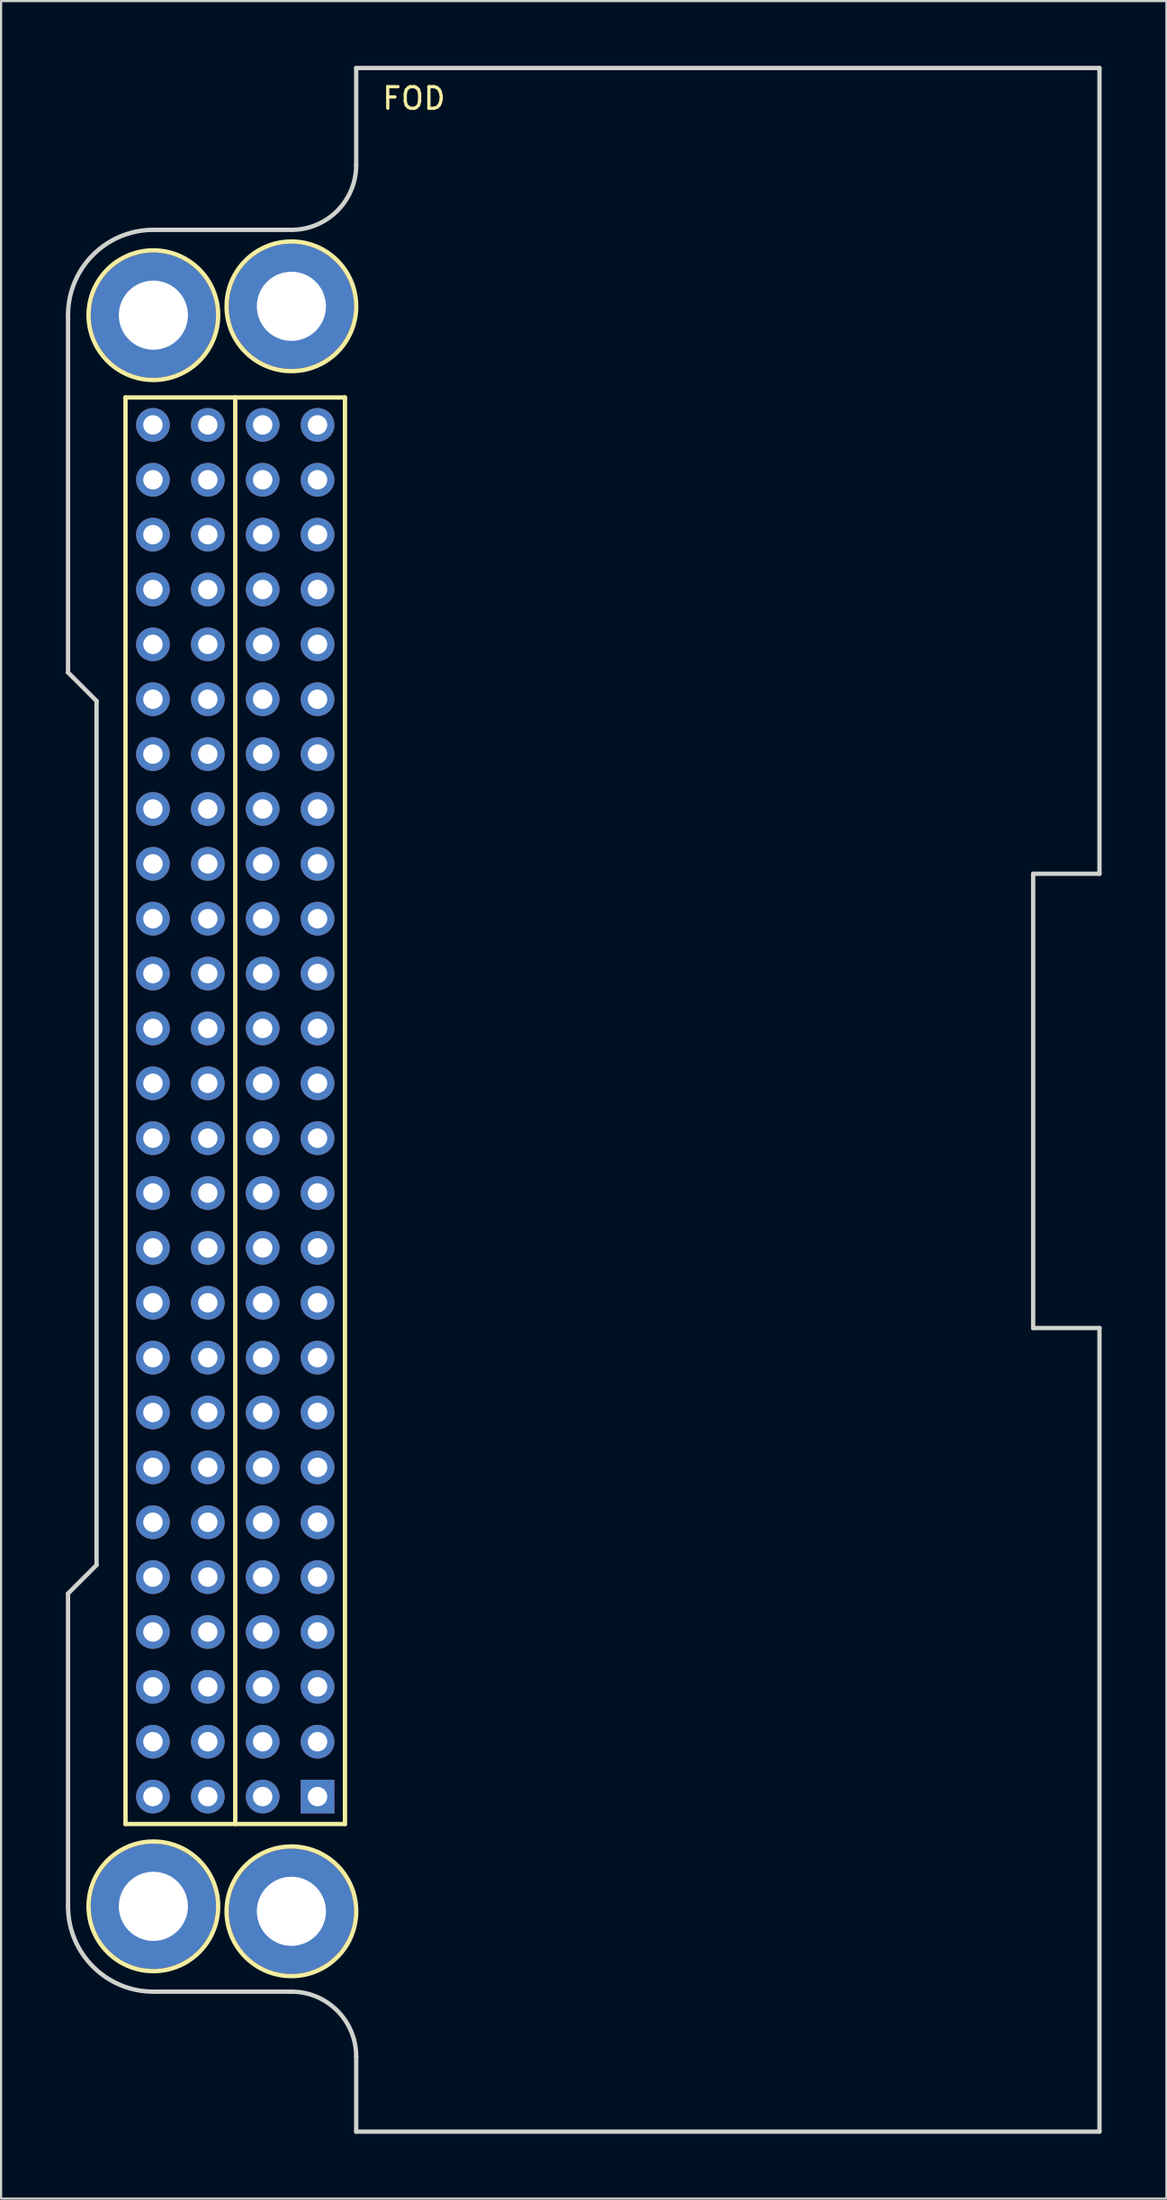
<source format=kicad_pcb>
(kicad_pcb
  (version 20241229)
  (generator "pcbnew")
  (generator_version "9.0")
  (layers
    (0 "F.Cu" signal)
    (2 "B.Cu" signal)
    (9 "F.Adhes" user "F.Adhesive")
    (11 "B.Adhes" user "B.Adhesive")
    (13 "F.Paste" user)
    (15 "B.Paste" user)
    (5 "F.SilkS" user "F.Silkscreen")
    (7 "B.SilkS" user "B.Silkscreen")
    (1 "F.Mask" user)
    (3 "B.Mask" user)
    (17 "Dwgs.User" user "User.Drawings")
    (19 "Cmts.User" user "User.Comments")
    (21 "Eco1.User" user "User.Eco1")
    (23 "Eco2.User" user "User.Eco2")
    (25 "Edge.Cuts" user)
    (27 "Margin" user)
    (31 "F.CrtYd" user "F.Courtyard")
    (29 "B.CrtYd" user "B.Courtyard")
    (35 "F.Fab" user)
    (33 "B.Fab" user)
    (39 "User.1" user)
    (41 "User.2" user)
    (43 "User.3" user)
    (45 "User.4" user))
  (footprint "FOD"
    (layer "F.Cu")
    (at 4.05 85.2)
    (property "Reference" "FOD" (at 12.065 -83.693 0) (layer "F.SilkS") (effects (font (size 1 1) (thickness 0.15))))
    (attr through_hole)
    (fp_line (start -1.29 -69.85) (end 8.87 -69.85) (stroke (width 0.2) (type solid)) (layer "F.SilkS"))
    (fp_line (start -1.29 -3.81) (end -1.29 -69.85) (stroke (width 0.2) (type solid)) (layer "F.SilkS"))
    (fp_line (start 3.79 -69.85) (end 3.79 -3.81) (stroke (width 0.2) (type solid)) (layer "F.SilkS"))
    (fp_line (start 8.87 -69.85) (end 8.87 -3.81) (stroke (width 0.2) (type solid)) (layer "F.SilkS"))
    (fp_line (start 8.87 -3.81) (end -1.29 -3.81) (stroke (width 0.2) (type solid)) (layer "F.SilkS"))
    (fp_circle (center 0 -73.66) (end 3 -73.66) (stroke (width 0.2) (type solid)) (fill no) (layer "F.SilkS"))
    (fp_circle (center 0 0) (end 3 0) (stroke (width 0.2) (type solid)) (fill no) (layer "F.SilkS"))
    (fp_circle (center 6.39 -74.07) (end 9.39 -74.07) (stroke (width 0.2) (type solid)) (fill no) (layer "F.SilkS"))
    (fp_circle (center 6.39 0.23) (end 9.39 0.23) (stroke (width 0.2) (type solid)) (fill no) (layer "F.SilkS"))
    (fp_line (start -3.95 -73.66) (end -3.95 -57.12) (stroke (width 0.2) (type solid)) (layer "Edge.Cuts"))
    (fp_line (start -3.95 -14.48) (end -3.95 0) (stroke (width 0.2) (type solid)) (layer "Edge.Cuts"))
    (fp_line (start -3.95 -14.48) (end -2.63 -15.8) (stroke (width 0.2) (type solid)) (layer "Edge.Cuts"))
    (fp_line (start -2.63 -55.8) (end -3.95 -57.12) (stroke (width 0.2) (type solid)) (layer "Edge.Cuts"))
    (fp_line (start -2.63 -15.8) (end -2.63 -55.8) (stroke (width 0.2) (type solid)) (layer "Edge.Cuts"))
    (fp_line (start 0 3.95) (end 6.39 3.95) (stroke (width 0.2) (type solid)) (layer "Edge.Cuts"))
    (fp_line (start 6.39 -77.61) (end 0 -77.61) (stroke (width 0.2) (type solid)) (layer "Edge.Cuts"))
    (fp_line (start 9.39 -85.1) (end 9.39 -80.61) (stroke (width 0.2) (type solid)) (layer "Edge.Cuts"))
    (fp_line (start 9.39 6.95) (end 9.39 10.43) (stroke (width 0.2) (type solid)) (layer "Edge.Cuts"))
    (fp_line (start 9.39 10.43) (end 43.8 10.43) (stroke (width 0.2) (type solid)) (layer "Edge.Cuts"))
    (fp_line (start 40.73 -47.8) (end 43.8 -47.8) (stroke (width 0.2) (type solid)) (layer "Edge.Cuts"))
    (fp_line (start 40.73 -26.77) (end 40.73 -47.8) (stroke (width 0.2) (type solid)) (layer "Edge.Cuts"))
    (fp_line (start 43.8 -85.1) (end 9.39 -85.1) (stroke (width 0.2) (type solid)) (layer "Edge.Cuts"))
    (fp_line (start 43.8 -47.8) (end 43.8 -85.1) (stroke (width 0.2) (type solid)) (layer "Edge.Cuts"))
    (fp_line (start 43.8 -26.77) (end 40.73 -26.77) (stroke (width 0.2) (type solid)) (layer "Edge.Cuts"))
    (fp_line (start 43.8 -26.77) (end 43.8 10.43) (stroke (width 0.2) (type solid)) (layer "Edge.Cuts"))
    (fp_arc (start -3.95 -73.66) (mid -2.793072 -76.453072) (end 0 -77.61) (stroke (width 0.2) (type solid)) (layer "Edge.Cuts"))
    (fp_arc (start 0 3.95) (mid -2.793072 2.793072) (end -3.95 0) (stroke (width 0.2) (type solid)) (layer "Edge.Cuts"))
    (fp_arc (start 6.39 3.95) (mid 8.51132 4.82868) (end 9.39 6.95) (stroke (width 0.2) (type solid)) (layer "Edge.Cuts"))
    (fp_arc (start 9.39 -80.61) (mid 8.51132 -78.48868) (end 6.39 -77.61) (stroke (width 0.2) (type solid)) (layer "Edge.Cuts"))
    (pad "" thru_hole circle (at 0 -73.66) (size 5.8 5.8) (drill 3.2) (layers "*.Cu" "*.Mask"))
    (pad "" thru_hole circle (at 0 0) (size 5.8 5.8) (drill 3.2) (layers "*.Cu" "*.Mask"))
    (pad "" thru_hole circle (at 6.39 -74.07) (size 5.8 5.8) (drill 3.2) (layers "*.Cu" "*.Mask"))
    (pad "" thru_hole circle (at 6.39 0.23) (size 5.8 5.8) (drill 3.2) (layers "*.Cu" "*.Mask"))
    (pad "1" thru_hole rect (at 7.6 -5.08) (size 1.56 1.56) (drill 0.9) (layers "*.Cu" "*.Mask"))
    (pad "2" thru_hole circle (at 5.06 -5.08) (size 1.56 1.56) (drill 0.9) (layers "*.Cu" "*.Mask"))
    (pad "3" thru_hole circle (at 7.6 -7.62) (size 1.56 1.56) (drill 0.9) (layers "*.Cu" "*.Mask"))
    (pad "4" thru_hole circle (at 5.06 -7.62) (size 1.56 1.56) (drill 0.9) (layers "*.Cu" "*.Mask"))
    (pad "5" thru_hole circle (at 7.6 -10.16) (size 1.56 1.56) (drill 0.9) (layers "*.Cu" "*.Mask"))
    (pad "6" thru_hole circle (at 5.06 -10.16) (size 1.56 1.56) (drill 0.9) (layers "*.Cu" "*.Mask"))
    (pad "7" thru_hole circle (at 7.6 -12.7) (size 1.56 1.56) (drill 0.9) (layers "*.Cu" "*.Mask"))
    (pad "8" thru_hole circle (at 5.06 -12.7) (size 1.56 1.56) (drill 0.9) (layers "*.Cu" "*.Mask"))
    (pad "9" thru_hole circle (at 7.6 -15.24) (size 1.56 1.56) (drill 0.9) (layers "*.Cu" "*.Mask"))
    (pad "10" thru_hole circle (at 5.06 -15.24) (size 1.56 1.56) (drill 0.9) (layers "*.Cu" "*.Mask"))
    (pad "11" thru_hole circle (at 7.6 -17.78) (size 1.56 1.56) (drill 0.9) (layers "*.Cu" "*.Mask"))
    (pad "12" thru_hole circle (at 5.06 -17.78) (size 1.56 1.56) (drill 0.9) (layers "*.Cu" "*.Mask"))
    (pad "13" thru_hole circle (at 7.6 -20.32) (size 1.56 1.56) (drill 0.9) (layers "*.Cu" "*.Mask"))
    (pad "14" thru_hole circle (at 5.06 -20.32) (size 1.56 1.56) (drill 0.9) (layers "*.Cu" "*.Mask"))
    (pad "15" thru_hole circle (at 7.6 -22.86) (size 1.56 1.56) (drill 0.9) (layers "*.Cu" "*.Mask"))
    (pad "16" thru_hole circle (at 5.06 -22.86) (size 1.56 1.56) (drill 0.9) (layers "*.Cu" "*.Mask"))
    (pad "17" thru_hole circle (at 7.6 -25.4) (size 1.56 1.56) (drill 0.9) (layers "*.Cu" "*.Mask"))
    (pad "18" thru_hole circle (at 5.06 -25.4) (size 1.56 1.56) (drill 0.9) (layers "*.Cu" "*.Mask"))
    (pad "19" thru_hole circle (at 7.6 -27.94) (size 1.56 1.56) (drill 0.9) (layers "*.Cu" "*.Mask"))
    (pad "20" thru_hole circle (at 5.06 -27.94) (size 1.56 1.56) (drill 0.9) (layers "*.Cu" "*.Mask"))
    (pad "21" thru_hole circle (at 7.6 -30.48) (size 1.56 1.56) (drill 0.9) (layers "*.Cu" "*.Mask"))
    (pad "22" thru_hole circle (at 5.06 -30.48) (size 1.56 1.56) (drill 0.9) (layers "*.Cu" "*.Mask"))
    (pad "23" thru_hole circle (at 7.6 -33.02) (size 1.56 1.56) (drill 0.9) (layers "*.Cu" "*.Mask"))
    (pad "24" thru_hole circle (at 5.06 -33.02) (size 1.56 1.56) (drill 0.9) (layers "*.Cu" "*.Mask"))
    (pad "25" thru_hole circle (at 7.6 -35.56) (size 1.56 1.56) (drill 0.9) (layers "*.Cu" "*.Mask"))
    (pad "26" thru_hole circle (at 5.06 -35.56) (size 1.56 1.56) (drill 0.9) (layers "*.Cu" "*.Mask"))
    (pad "27" thru_hole circle (at 7.6 -38.1) (size 1.56 1.56) (drill 0.9) (layers "*.Cu" "*.Mask"))
    (pad "28" thru_hole circle (at 5.06 -38.1) (size 1.56 1.56) (drill 0.9) (layers "*.Cu" "*.Mask"))
    (pad "29" thru_hole circle (at 7.6 -40.64) (size 1.56 1.56) (drill 0.9) (layers "*.Cu" "*.Mask"))
    (pad "30" thru_hole circle (at 5.06 -40.64) (size 1.56 1.56) (drill 0.9) (layers "*.Cu" "*.Mask"))
    (pad "31" thru_hole circle (at 7.6 -43.18) (size 1.56 1.56) (drill 0.9) (layers "*.Cu" "*.Mask"))
    (pad "32" thru_hole circle (at 5.06 -43.18) (size 1.56 1.56) (drill 0.9) (layers "*.Cu" "*.Mask"))
    (pad "33" thru_hole circle (at 7.6 -45.72) (size 1.56 1.56) (drill 0.9) (layers "*.Cu" "*.Mask"))
    (pad "34" thru_hole circle (at 5.06 -45.72) (size 1.56 1.56) (drill 0.9) (layers "*.Cu" "*.Mask"))
    (pad "35" thru_hole circle (at 7.6 -48.26) (size 1.56 1.56) (drill 0.9) (layers "*.Cu" "*.Mask"))
    (pad "36" thru_hole circle (at 5.06 -48.26) (size 1.56 1.56) (drill 0.9) (layers "*.Cu" "*.Mask"))
    (pad "37" thru_hole circle (at 7.6 -50.8) (size 1.56 1.56) (drill 0.9) (layers "*.Cu" "*.Mask"))
    (pad "38" thru_hole circle (at 5.06 -50.8) (size 1.56 1.56) (drill 0.9) (layers "*.Cu" "*.Mask"))
    (pad "39" thru_hole circle (at 7.6 -53.34) (size 1.56 1.56) (drill 0.9) (layers "*.Cu" "*.Mask"))
    (pad "40" thru_hole circle (at 5.06 -53.34) (size 1.56 1.56) (drill 0.9) (layers "*.Cu" "*.Mask"))
    (pad "41" thru_hole circle (at 7.6 -55.88) (size 1.56 1.56) (drill 0.9) (layers "*.Cu" "*.Mask"))
    (pad "42" thru_hole circle (at 5.06 -55.88) (size 1.56 1.56) (drill 0.9) (layers "*.Cu" "*.Mask"))
    (pad "43" thru_hole circle (at 7.6 -58.42) (size 1.56 1.56) (drill 0.9) (layers "*.Cu" "*.Mask"))
    (pad "44" thru_hole circle (at 5.06 -58.42) (size 1.56 1.56) (drill 0.9) (layers "*.Cu" "*.Mask"))
    (pad "45" thru_hole circle (at 7.6 -60.96) (size 1.56 1.56) (drill 0.9) (layers "*.Cu" "*.Mask"))
    (pad "46" thru_hole circle (at 5.06 -60.96) (size 1.56 1.56) (drill 0.9) (layers "*.Cu" "*.Mask"))
    (pad "47" thru_hole circle (at 7.6 -63.5) (size 1.56 1.56) (drill 0.9) (layers "*.Cu" "*.Mask"))
    (pad "48" thru_hole circle (at 5.06 -63.5) (size 1.56 1.56) (drill 0.9) (layers "*.Cu" "*.Mask"))
    (pad "49" thru_hole circle (at 7.6 -66.04) (size 1.56 1.56) (drill 0.9) (layers "*.Cu" "*.Mask"))
    (pad "50" thru_hole circle (at 5.06 -66.04) (size 1.56 1.56) (drill 0.9) (layers "*.Cu" "*.Mask"))
    (pad "51" thru_hole circle (at 7.6 -68.58) (size 1.56 1.56) (drill 0.9) (layers "*.Cu" "*.Mask"))
    (pad "52" thru_hole circle (at 5.06 -68.58) (size 1.56 1.56) (drill 0.9) (layers "*.Cu" "*.Mask"))
    (pad "53" thru_hole circle (at 2.52 -5.08) (size 1.56 1.56) (drill 0.9) (layers "*.Cu" "*.Mask"))
    (pad "54" thru_hole circle (at -0.02 -5.08) (size 1.56 1.56) (drill 0.9) (layers "*.Cu" "*.Mask"))
    (pad "55" thru_hole circle (at 2.52 -7.62) (size 1.56 1.56) (drill 0.9) (layers "*.Cu" "*.Mask"))
    (pad "56" thru_hole circle (at -0.02 -7.62) (size 1.56 1.56) (drill 0.9) (layers "*.Cu" "*.Mask"))
    (pad "57" thru_hole circle (at 2.52 -10.16 90) (size 1.56 1.56) (drill 0.9) (layers "*.Cu" "*.Mask"))
    (pad "58" thru_hole circle (at -0.02 -10.16) (size 1.56 1.56) (drill 0.9) (layers "*.Cu" "*.Mask"))
    (pad "59" thru_hole circle (at 2.52 -12.7) (size 1.56 1.56) (drill 0.9) (layers "*.Cu" "*.Mask"))
    (pad "60" thru_hole circle (at -0.02 -12.7) (size 1.56 1.56) (drill 0.9) (layers "*.Cu" "*.Mask"))
    (pad "61" thru_hole circle (at 2.52 -15.24) (size 1.56 1.56) (drill 0.9) (layers "*.Cu" "*.Mask"))
    (pad "62" thru_hole circle (at -0.02 -15.24) (size 1.56 1.56) (drill 0.9) (layers "*.Cu" "*.Mask"))
    (pad "63" thru_hole circle (at 2.52 -17.78) (size 1.56 1.56) (drill 0.9) (layers "*.Cu" "*.Mask"))
    (pad "64" thru_hole circle (at -0.02 -17.78) (size 1.56 1.56) (drill 0.9) (layers "*.Cu" "*.Mask"))
    (pad "65" thru_hole circle (at 2.52 -20.32) (size 1.56 1.56) (drill 0.9) (layers "*.Cu" "*.Mask"))
    (pad "66" thru_hole circle (at -0.02 -20.32) (size 1.56 1.56) (drill 0.9) (layers "*.Cu" "*.Mask"))
    (pad "67" thru_hole circle (at 2.52 -22.86) (size 1.56 1.56) (drill 0.9) (layers "*.Cu" "*.Mask"))
    (pad "68" thru_hole circle (at -0.02 -22.86) (size 1.56 1.56) (drill 0.9) (layers "*.Cu" "*.Mask"))
    (pad "69" thru_hole circle (at 2.52 -25.4) (size 1.56 1.56) (drill 0.9) (layers "*.Cu" "*.Mask"))
    (pad "70" thru_hole circle (at -0.02 -25.4) (size 1.56 1.56) (drill 0.9) (layers "*.Cu" "*.Mask"))
    (pad "71" thru_hole circle (at 2.52 -27.94) (size 1.56 1.56) (drill 0.9) (layers "*.Cu" "*.Mask"))
    (pad "72" thru_hole circle (at -0.02 -27.94) (size 1.56 1.56) (drill 0.9) (layers "*.Cu" "*.Mask"))
    (pad "73" thru_hole circle (at 2.52 -30.48) (size 1.56 1.56) (drill 0.9) (layers "*.Cu" "*.Mask"))
    (pad "74" thru_hole circle (at -0.02 -30.48) (size 1.56 1.56) (drill 0.9) (layers "*.Cu" "*.Mask"))
    (pad "75" thru_hole circle (at 2.52 -33.02) (size 1.56 1.56) (drill 0.9) (layers "*.Cu" "*.Mask"))
    (pad "76" thru_hole circle (at -0.02 -33.02) (size 1.56 1.56) (drill 0.9) (layers "*.Cu" "*.Mask"))
    (pad "77" thru_hole circle (at 2.52 -35.56) (size 1.56 1.56) (drill 0.9) (layers "*.Cu" "*.Mask"))
    (pad "78" thru_hole circle (at -0.02 -35.56) (size 1.56 1.56) (drill 0.9) (layers "*.Cu" "*.Mask"))
    (pad "79" thru_hole circle (at 2.52 -38.1) (size 1.56 1.56) (drill 0.9) (layers "*.Cu" "*.Mask"))
    (pad "80" thru_hole circle (at -0.02 -38.1) (size 1.56 1.56) (drill 0.9) (layers "*.Cu" "*.Mask"))
    (pad "81" thru_hole circle (at 2.52 -40.64) (size 1.56 1.56) (drill 0.9) (layers "*.Cu" "*.Mask"))
    (pad "82" thru_hole circle (at -0.02 -40.64) (size 1.56 1.56) (drill 0.9) (layers "*.Cu" "*.Mask"))
    (pad "83" thru_hole circle (at 2.52 -43.18) (size 1.56 1.56) (drill 0.9) (layers "*.Cu" "*.Mask"))
    (pad "84" thru_hole circle (at -0.02 -43.18) (size 1.56 1.56) (drill 0.9) (layers "*.Cu" "*.Mask"))
    (pad "85" thru_hole circle (at 2.52 -45.72) (size 1.56 1.56) (drill 0.9) (layers "*.Cu" "*.Mask"))
    (pad "86" thru_hole circle (at -0.02 -45.72) (size 1.56 1.56) (drill 0.9) (layers "*.Cu" "*.Mask"))
    (pad "87" thru_hole circle (at 2.52 -48.26) (size 1.56 1.56) (drill 0.9) (layers "*.Cu" "*.Mask"))
    (pad "88" thru_hole circle (at -0.02 -48.26) (size 1.56 1.56) (drill 0.9) (layers "*.Cu" "*.Mask"))
    (pad "89" thru_hole circle (at 2.52 -50.8) (size 1.56 1.56) (drill 0.9) (layers "*.Cu" "*.Mask"))
    (pad "90" thru_hole circle (at -0.02 -50.8) (size 1.56 1.56) (drill 0.9) (layers "*.Cu" "*.Mask"))
    (pad "91" thru_hole circle (at 2.52 -53.34) (size 1.56 1.56) (drill 0.9) (layers "*.Cu" "*.Mask"))
    (pad "92" thru_hole circle (at -0.02 -53.34) (size 1.56 1.56) (drill 0.9) (layers "*.Cu" "*.Mask"))
    (pad "93" thru_hole circle (at 2.52 -55.88) (size 1.56 1.56) (drill 0.9) (layers "*.Cu" "*.Mask"))
    (pad "94" thru_hole circle (at -0.02 -55.88) (size 1.56 1.56) (drill 0.9) (layers "*.Cu" "*.Mask"))
    (pad "95" thru_hole circle (at 2.52 -58.42) (size 1.56 1.56) (drill 0.9) (layers "*.Cu" "*.Mask"))
    (pad "96" thru_hole circle (at -0.02 -58.42) (size 1.56 1.56) (drill 0.9) (layers "*.Cu" "*.Mask"))
    (pad "97" thru_hole circle (at 2.52 -60.96) (size 1.56 1.56) (drill 0.9) (layers "*.Cu" "*.Mask"))
    (pad "98" thru_hole circle (at -0.02 -60.96) (size 1.56 1.56) (drill 0.9) (layers "*.Cu" "*.Mask"))
    (pad "99" thru_hole circle (at 2.52 -63.5) (size 1.56 1.56) (drill 0.9) (layers "*.Cu" "*.Mask"))
    (pad "100" thru_hole circle (at -0.02 -63.5) (size 1.56 1.56) (drill 0.9) (layers "*.Cu" "*.Mask"))
    (pad "101" thru_hole circle (at 2.52 -66.04) (size 1.56 1.56) (drill 0.9) (layers "*.Cu" "*.Mask"))
    (pad "102" thru_hole circle (at -0.02 -66.04) (size 1.56 1.56) (drill 0.9) (layers "*.Cu" "*.Mask"))
    (pad "103" thru_hole circle (at 2.52 -68.58) (size 1.56 1.56) (drill 0.9) (layers "*.Cu" "*.Mask"))
    (pad "104" thru_hole circle (at -0.02 -68.58) (size 1.56 1.56) (drill 0.9) (layers "*.Cu" "*.Mask")))
  (gr_rect
    (start -3 -3)
    (end 50.95 98.73)
    (stroke (width 0.1) (type default))
    (fill no)
    (layer "Edge.Cuts")))
</source>
